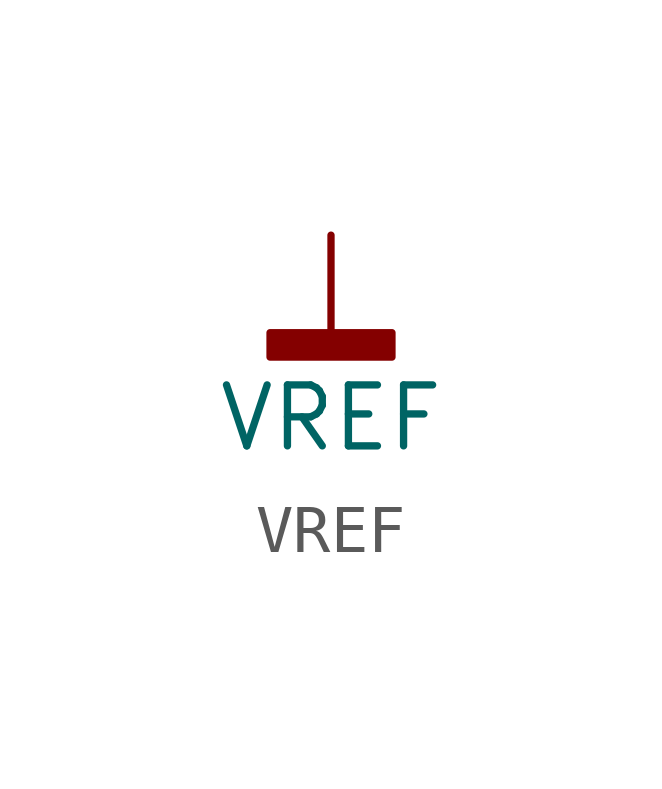
<source format=kicad_sym>
(kicad_symbol_lib
  (version 20220914)
  (generator kicad_symbol_editor)
  (symbol "VREF"
    (power)
    (pin_names
      (offset 0))
    (property "Reference" "#PWR"
      (at 0 -6.35 0)
      (effects (font (size 1.27 1.27)) hide))
    (property "Value" "VREF"
      (at 0 -3.81 0)
      (effects (font (size 1.27 1.27))))
    (symbol "VREF_0_1"
      (rectangle (start -1.27 -2.032) (end 1.27 -2.54) (stroke (width 0.152) (type default)) (fill (type outline)))
      (polyline (pts (xy 0 0) (xy 0 -2.032)) (stroke (width 0.152) (type default)) (fill (type none))))
    (symbol "VREF_1_1"
      (pin power_in line (at 0 0 270) (length 0) hide (name "VREF" (effects (font (size 1.27 1.27)))) (number "1" (effects (font (size 1.27 1.27))))))))
</source>
